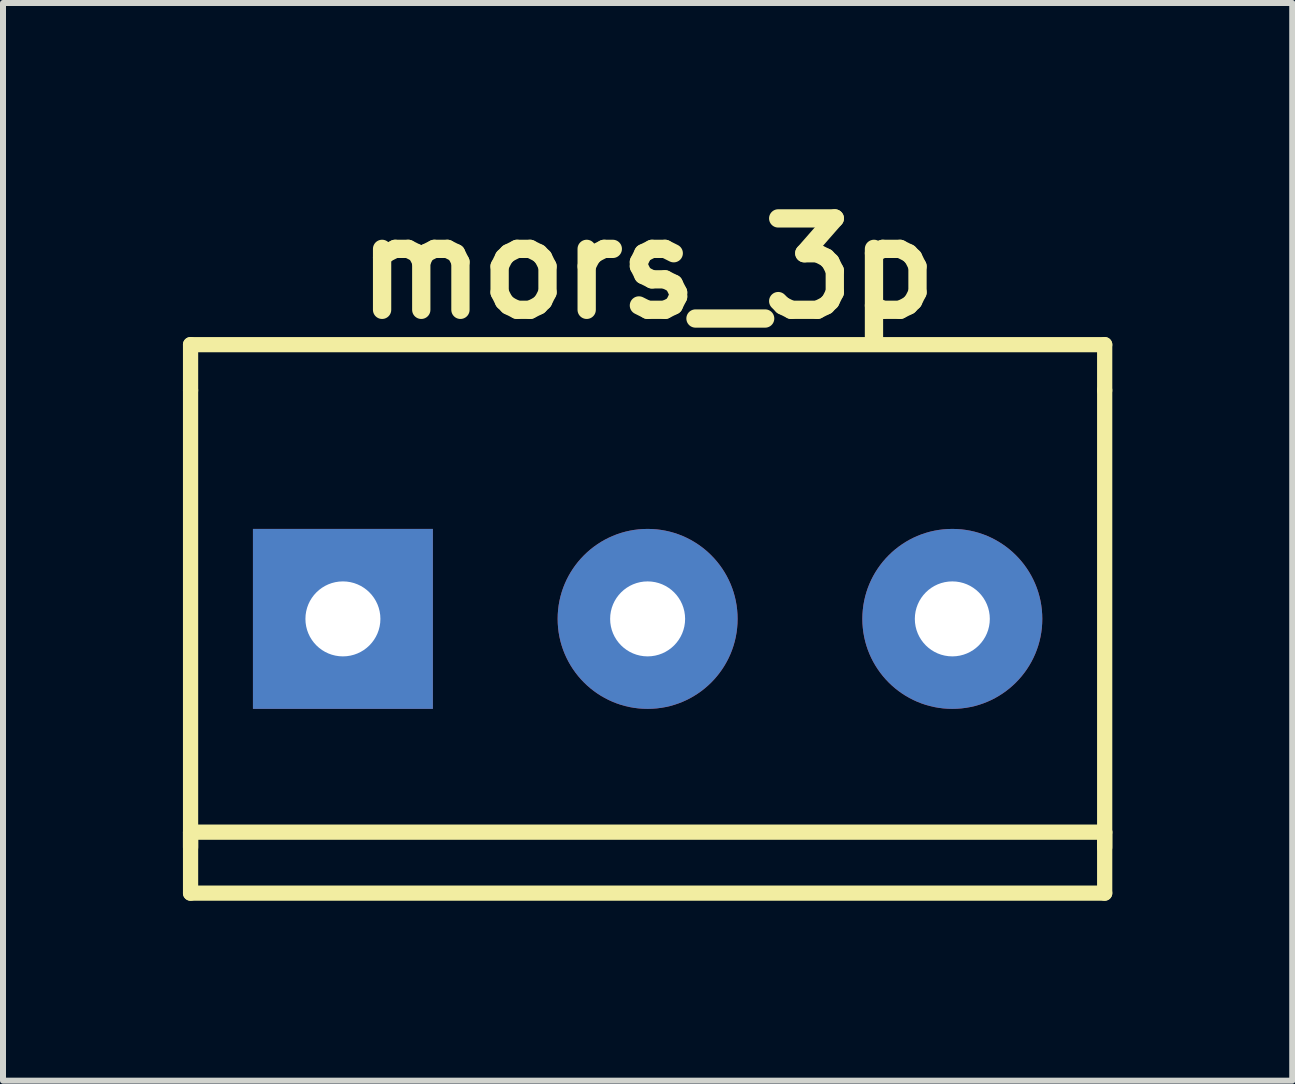
<source format=kicad_pcb>
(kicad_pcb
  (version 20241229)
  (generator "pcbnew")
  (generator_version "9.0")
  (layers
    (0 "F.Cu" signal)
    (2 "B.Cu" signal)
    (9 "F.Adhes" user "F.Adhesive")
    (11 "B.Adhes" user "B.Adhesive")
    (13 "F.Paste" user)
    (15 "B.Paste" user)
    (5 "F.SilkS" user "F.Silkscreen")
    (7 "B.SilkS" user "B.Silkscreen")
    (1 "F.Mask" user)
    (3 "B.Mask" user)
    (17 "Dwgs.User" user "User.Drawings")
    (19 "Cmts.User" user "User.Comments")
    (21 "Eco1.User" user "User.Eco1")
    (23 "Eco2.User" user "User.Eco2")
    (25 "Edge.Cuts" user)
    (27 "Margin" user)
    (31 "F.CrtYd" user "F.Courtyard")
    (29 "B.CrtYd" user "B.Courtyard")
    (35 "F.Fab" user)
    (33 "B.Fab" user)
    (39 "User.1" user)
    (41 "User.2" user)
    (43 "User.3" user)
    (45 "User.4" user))
  (footprint "mors_3p"
    (layer "F.Cu")
    (at 7.747 7.268)
    (property "Reference" "mors_3p" (at 0 -5.842 0) (layer "F.SilkS") (effects (font (size 1.524 1.524) (thickness 0.305))))
    (attr through_hole)
    (fp_line (start -7.62 -4.572) (end -7.62 -3.81) (stroke (width 0.254) (type solid)) (layer "F.SilkS"))
    (fp_line (start -7.62 -4.572) (end 7.62 -4.572) (stroke (width 0.254) (type solid)) (layer "F.SilkS"))
    (fp_line (start -7.62 3.556) (end 7.62 3.556) (stroke (width 0.254) (type solid)) (layer "F.SilkS"))
    (fp_line (start -7.62 3.81) (end -7.62 -3.81) (stroke (width 0.254) (type solid)) (layer "F.SilkS"))
    (fp_line (start -7.62 4.572) (end -7.62 3.556) (stroke (width 0.254) (type solid)) (layer "F.SilkS"))
    (fp_line (start 7.62 -4.572) (end 7.62 -3.81) (stroke (width 0.254) (type solid)) (layer "F.SilkS"))
    (fp_line (start 7.62 3.556) (end 7.62 4.572) (stroke (width 0.254) (type solid)) (layer "F.SilkS"))
    (fp_line (start 7.62 3.81) (end 7.62 -3.81) (stroke (width 0.254) (type solid)) (layer "F.SilkS"))
    (fp_line (start 7.62 4.572) (end -7.62 4.572) (stroke (width 0.254) (type solid)) (layer "F.SilkS"))
    (pad "1" thru_hole rect (at -5.08 0) (size 3 3) (drill 1.25) (layers "*.Cu" "*.Mask"))
    (pad "2" thru_hole circle (at 0 0) (size 3 3) (drill 1.25) (layers "*.Cu" "*.Mask"))
    (pad "3" thru_hole circle (at 5.08 0) (size 3 3) (drill 1.25) (layers "*.Cu" "*.Mask")))
  (gr_rect
    (start -3 -3)
    (end 18.494 14.967)
    (stroke (width 0.1) (type default))
    (fill no)
    (layer "Edge.Cuts")))
</source>
